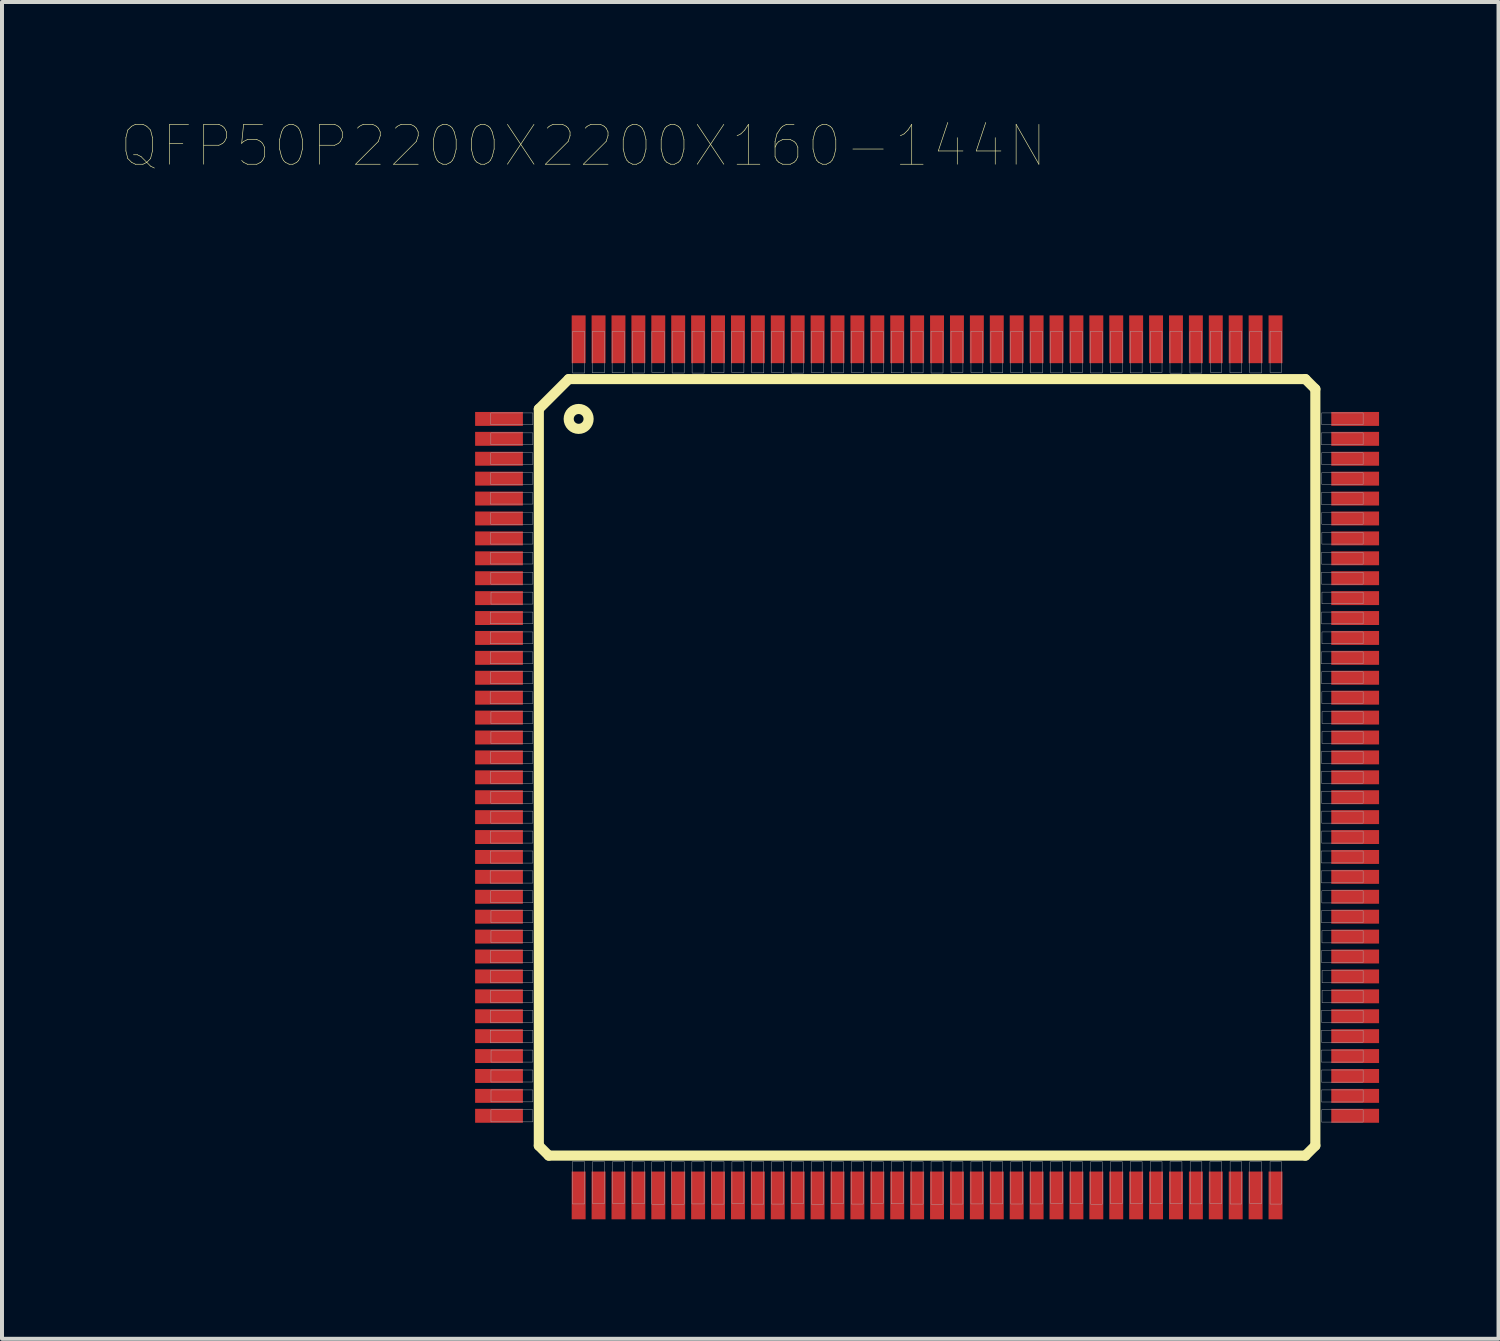
<source format=kicad_pcb>
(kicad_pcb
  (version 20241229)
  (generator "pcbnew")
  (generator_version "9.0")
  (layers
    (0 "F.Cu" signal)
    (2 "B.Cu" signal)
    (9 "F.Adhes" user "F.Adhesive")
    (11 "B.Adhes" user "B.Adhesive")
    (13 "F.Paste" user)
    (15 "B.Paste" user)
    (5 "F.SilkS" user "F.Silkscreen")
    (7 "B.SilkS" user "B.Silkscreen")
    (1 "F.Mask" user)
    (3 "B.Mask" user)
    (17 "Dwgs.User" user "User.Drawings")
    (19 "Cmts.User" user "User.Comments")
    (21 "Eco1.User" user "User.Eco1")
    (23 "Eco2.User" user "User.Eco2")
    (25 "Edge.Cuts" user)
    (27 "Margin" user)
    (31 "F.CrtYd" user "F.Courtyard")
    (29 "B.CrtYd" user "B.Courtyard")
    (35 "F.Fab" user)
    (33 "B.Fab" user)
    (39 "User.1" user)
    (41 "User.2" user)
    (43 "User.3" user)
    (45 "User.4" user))
  (footprint "QFP50P2200X2200X160-144N"
    (layer "F.Cu")
    (at 20.231 16.22)
    (property "Reference" "QFP50P2200X2200X160-144N" (at -8.632 -15.608 0) (layer "F.SilkS") (effects (font (size 1.001 1.001) (thickness 0.015))))
    (attr through_hole)
    (fp_line (start -9.75 -9) (end -9 -9.75) (stroke (width 0.254) (type solid)) (layer "F.SilkS"))
    (fp_line (start -9.75 9.5) (end -9.75 -9) (stroke (width 0.254) (type solid)) (layer "F.SilkS"))
    (fp_line (start -9.5 9.75) (end -9.75 9.5) (stroke (width 0.254) (type solid)) (layer "F.SilkS"))
    (fp_line (start -9 -9.75) (end 9.5 -9.75) (stroke (width 0.254) (type solid)) (layer "F.SilkS"))
    (fp_line (start 9.5 -9.75) (end 9.75 -9.5) (stroke (width 0.254) (type solid)) (layer "F.SilkS"))
    (fp_line (start 9.5 9.75) (end -9.5 9.75) (stroke (width 0.254) (type solid)) (layer "F.SilkS"))
    (fp_line (start 9.75 -9.5) (end 9.75 9.5) (stroke (width 0.254) (type solid)) (layer "F.SilkS"))
    (fp_line (start 9.75 9.5) (end 9.5 9.75) (stroke (width 0.254) (type solid)) (layer "F.SilkS"))
    (fp_circle (center -8.75 -8.75) (end -8.5 -8.75) (stroke (width 0.254) (type solid)) (fill no) (layer "F.SilkS"))
    (fp_poly (pts (xy -10.972 -1.9) (xy -9.9 -1.9) (xy -9.9 -1.603) (xy -10.972 -1.603)) (stroke (width 0.01) (type solid)) (fill no) (layer "F.Fab"))
    (fp_poly (pts (xy -10.972 2.6) (xy -9.9 2.6) (xy -9.9 2.906) (xy -10.972 2.906)) (stroke (width 0.01) (type solid)) (fill no) (layer "F.Fab"))
    (fp_poly (pts (xy -10.971 -6.9) (xy -9.9 -6.9) (xy -9.9 -6.612) (xy -10.971 -6.612)) (stroke (width 0.01) (type solid)) (fill no) (layer "F.Fab"))
    (fp_poly (pts (xy -10.971 6.6) (xy -9.9 6.6) (xy -9.9 6.913) (xy -10.971 6.913)) (stroke (width 0.01) (type solid)) (fill no) (layer "F.Fab"))
    (fp_poly (pts (xy -10.969 -2.9) (xy -9.9 -2.9) (xy -9.9 -2.604) (xy -10.969 -2.604)) (stroke (width 0.01) (type solid)) (fill no) (layer "F.Fab"))
    (fp_poly (pts (xy -10.968 -3.9) (xy -9.9 -3.9) (xy -9.9 -3.606) (xy -10.968 -3.606)) (stroke (width 0.01) (type solid)) (fill no) (layer "F.Fab"))
    (fp_poly (pts (xy -10.968 -3.4) (xy -9.9 -3.4) (xy -9.9 -3.105) (xy -10.968 -3.105)) (stroke (width 0.01) (type solid)) (fill no) (layer "F.Fab"))
    (fp_poly (pts (xy -10.966 2.1) (xy -9.9 2.1) (xy -9.9 2.404) (xy -10.966 2.404)) (stroke (width 0.01) (type solid)) (fill no) (layer "F.Fab"))
    (fp_poly (pts (xy -10.966 4.6) (xy -9.9 4.6) (xy -9.9 4.907) (xy -10.966 4.907)) (stroke (width 0.01) (type solid)) (fill no) (layer "F.Fab"))
    (fp_poly (pts (xy -10.966 6.1) (xy -9.9 6.1) (xy -9.9 6.409) (xy -10.966 6.409)) (stroke (width 0.01) (type solid)) (fill no) (layer "F.Fab"))
    (fp_poly (pts (xy -10.965 1.6) (xy -9.9 1.6) (xy -9.9 1.902) (xy -10.965 1.902)) (stroke (width 0.01) (type solid)) (fill no) (layer "F.Fab"))
    (fp_poly (pts (xy -10.964 0.1) (xy -9.9 0.1) (xy -9.9 0.401) (xy -10.964 0.401)) (stroke (width 0.01) (type solid)) (fill no) (layer "F.Fab"))
    (fp_poly (pts (xy -10.964 5.1) (xy -9.9 5.1) (xy -9.9 5.407) (xy -10.964 5.407)) (stroke (width 0.01) (type solid)) (fill no) (layer "F.Fab"))
    (fp_poly (pts (xy -10.964 -7.4) (xy -9.9 -7.4) (xy -9.9 -7.109) (xy -10.964 -7.109)) (stroke (width 0.01) (type solid)) (fill no) (layer "F.Fab"))
    (fp_poly (pts (xy -10.963 -2.4) (xy -9.9 -2.4) (xy -9.9 -2.103) (xy -10.963 -2.103)) (stroke (width 0.01) (type solid)) (fill no) (layer "F.Fab"))
    (fp_poly (pts (xy -10.963 -5.9) (xy -9.9 -5.9) (xy -9.9 -5.607) (xy -10.963 -5.607)) (stroke (width 0.01) (type solid)) (fill no) (layer "F.Fab"))
    (fp_poly (pts (xy -10.963 5.6) (xy -9.9 5.6) (xy -9.9 5.907) (xy -10.963 5.907)) (stroke (width 0.01) (type solid)) (fill no) (layer "F.Fab"))
    (fp_poly (pts (xy -10.963 -5.4) (xy -9.9 -5.4) (xy -9.9 -5.106) (xy -10.963 -5.106)) (stroke (width 0.01) (type solid)) (fill no) (layer "F.Fab"))
    (fp_poly (pts (xy -10.96 -0.4) (xy -9.9 -0.4) (xy -9.9 -0.1) (xy -10.96 -0.1)) (stroke (width 0.01) (type solid)) (fill no) (layer "F.Fab"))
    (fp_poly (pts (xy -10.96 -7.9) (xy -9.9 -7.9) (xy -9.9 -7.607) (xy -10.96 -7.607)) (stroke (width 0.01) (type solid)) (fill no) (layer "F.Fab"))
    (fp_poly (pts (xy -10.958 -6.4) (xy -9.9 -6.4) (xy -9.9 -6.105) (xy -10.958 -6.105)) (stroke (width 0.01) (type solid)) (fill no) (layer "F.Fab"))
    (fp_poly (pts (xy -10.958 3.1) (xy -9.9 3.1) (xy -9.9 3.402) (xy -10.958 3.402)) (stroke (width 0.01) (type solid)) (fill no) (layer "F.Fab"))
    (fp_poly (pts (xy -10.956 -8.9) (xy -9.9 -8.9) (xy -9.9 -8.605) (xy -10.956 -8.605)) (stroke (width 0.01) (type solid)) (fill no) (layer "F.Fab"))
    (fp_poly (pts (xy -10.955 -8.4) (xy -9.9 -8.4) (xy -9.9 -8.104) (xy -10.955 -8.104)) (stroke (width 0.01) (type solid)) (fill no) (layer "F.Fab"))
    (fp_poly (pts (xy -10.955 0.6) (xy -9.9 0.6) (xy -9.9 0.9) (xy -10.955 0.9)) (stroke (width 0.01) (type solid)) (fill no) (layer "F.Fab"))
    (fp_poly (pts (xy -10.955 1.1) (xy -9.9 1.1) (xy -9.9 1.401) (xy -10.955 1.401)) (stroke (width 0.01) (type solid)) (fill no) (layer "F.Fab"))
    (fp_poly (pts (xy -10.955 -4.9) (xy -9.9 -4.9) (xy -9.9 -4.602) (xy -10.955 -4.602)) (stroke (width 0.01) (type solid)) (fill no) (layer "F.Fab"))
    (fp_poly (pts (xy -10.953 -0.9) (xy -9.9 -0.9) (xy -9.9 -0.6) (xy -10.953 -0.6)) (stroke (width 0.01) (type solid)) (fill no) (layer "F.Fab"))
    (fp_poly (pts (xy -10.953 -1.4) (xy -9.9 -1.4) (xy -9.9 -1.1) (xy -10.953 -1.1)) (stroke (width 0.01) (type solid)) (fill no) (layer "F.Fab"))
    (fp_poly (pts (xy -10.952 3.6) (xy -9.9 3.6) (xy -9.9 3.901) (xy -10.952 3.901)) (stroke (width 0.01) (type solid)) (fill no) (layer "F.Fab"))
    (fp_poly (pts (xy -10.952 8.6) (xy -9.9 8.6) (xy -9.9 8.902) (xy -10.952 8.902)) (stroke (width 0.01) (type solid)) (fill no) (layer "F.Fab"))
    (fp_poly (pts (xy -10.952 7.6) (xy -9.9 7.6) (xy -9.9 7.901) (xy -10.952 7.901)) (stroke (width 0.01) (type solid)) (fill no) (layer "F.Fab"))
    (fp_poly (pts (xy -10.952 4.1) (xy -9.9 4.1) (xy -9.9 4.401) (xy -10.952 4.401)) (stroke (width 0.01) (type solid)) (fill no) (layer "F.Fab"))
    (fp_poly (pts (xy -10.951 8.1) (xy -9.9 8.1) (xy -9.9 8.401) (xy -10.951 8.401)) (stroke (width 0.01) (type solid)) (fill no) (layer "F.Fab"))
    (fp_poly (pts (xy -10.951 -4.4) (xy -9.9 -4.4) (xy -9.9 -4.1) (xy -10.951 -4.1)) (stroke (width 0.01) (type solid)) (fill no) (layer "F.Fab"))
    (fp_poly (pts (xy -10.95 7.1) (xy -9.9 7.1) (xy -9.9 7.4) (xy -10.95 7.4)) (stroke (width 0.01) (type solid)) (fill no) (layer "F.Fab"))
    (fp_poly (pts (xy -8.91 9.9) (xy -8.6 9.9) (xy -8.6 10.963) (xy -8.91 10.963)) (stroke (width 0.01) (type solid)) (fill no) (layer "F.Fab"))
    (fp_poly (pts (xy -8.903 -10.95) (xy -8.6 -10.95) (xy -8.6 -9.904) (xy -8.903 -9.904)) (stroke (width 0.01) (type solid)) (fill no) (layer "F.Fab"))
    (fp_poly (pts (xy -8.409 -10.95) (xy -8.1 -10.95) (xy -8.1 -9.91) (xy -8.409 -9.91)) (stroke (width 0.01) (type solid)) (fill no) (layer "F.Fab"))
    (fp_poly (pts (xy -8.403 9.9) (xy -8.1 9.9) (xy -8.1 10.953) (xy -8.403 10.953)) (stroke (width 0.01) (type solid)) (fill no) (layer "F.Fab"))
    (fp_poly (pts (xy -7.909 -10.95) (xy -7.6 -10.95) (xy -7.6 -9.911) (xy -7.909 -9.911)) (stroke (width 0.01) (type solid)) (fill no) (layer "F.Fab"))
    (fp_poly (pts (xy -7.9 9.9) (xy -7.6 9.9) (xy -7.6 10.95) (xy -7.9 10.95)) (stroke (width 0.01) (type solid)) (fill no) (layer "F.Fab"))
    (fp_poly (pts (xy -7.407 9.9) (xy -7.1 9.9) (xy -7.1 10.96) (xy -7.407 10.96)) (stroke (width 0.01) (type solid)) (fill no) (layer "F.Fab"))
    (fp_poly (pts (xy -7.403 -10.95) (xy -7.1 -10.95) (xy -7.1 -9.904) (xy -7.403 -9.904)) (stroke (width 0.01) (type solid)) (fill no) (layer "F.Fab"))
    (fp_poly (pts (xy -6.913 9.9) (xy -6.6 9.9) (xy -6.6 10.972) (xy -6.913 10.972)) (stroke (width 0.01) (type solid)) (fill no) (layer "F.Fab"))
    (fp_poly (pts (xy -6.911 -10.95) (xy -6.6 -10.95) (xy -6.6 -9.916) (xy -6.911 -9.916)) (stroke (width 0.01) (type solid)) (fill no) (layer "F.Fab"))
    (fp_poly (pts (xy -6.413 9.9) (xy -6.1 9.9) (xy -6.1 10.972) (xy -6.413 10.972)) (stroke (width 0.01) (type solid)) (fill no) (layer "F.Fab"))
    (fp_poly (pts (xy -6.402 -10.95) (xy -6.1 -10.95) (xy -6.1 -9.903) (xy -6.402 -9.903)) (stroke (width 0.01) (type solid)) (fill no) (layer "F.Fab"))
    (fp_poly (pts (xy -5.907 9.9) (xy -5.6 9.9) (xy -5.6 10.963) (xy -5.907 10.963)) (stroke (width 0.01) (type solid)) (fill no) (layer "F.Fab"))
    (fp_poly (pts (xy -5.901 -10.95) (xy -5.6 -10.95) (xy -5.6 -9.902) (xy -5.901 -9.902)) (stroke (width 0.01) (type solid)) (fill no) (layer "F.Fab"))
    (fp_poly (pts (xy -5.409 9.9) (xy -5.1 9.9) (xy -5.1 10.969) (xy -5.409 10.969)) (stroke (width 0.01) (type solid)) (fill no) (layer "F.Fab"))
    (fp_poly (pts (xy -5.406 -10.95) (xy -5.1 -10.95) (xy -5.1 -9.911) (xy -5.406 -9.911)) (stroke (width 0.01) (type solid)) (fill no) (layer "F.Fab"))
    (fp_poly (pts (xy -4.907 -10.95) (xy -4.6 -10.95) (xy -4.6 -9.915) (xy -4.907 -9.915)) (stroke (width 0.01) (type solid)) (fill no) (layer "F.Fab"))
    (fp_poly (pts (xy -4.901 9.9) (xy -4.6 9.9) (xy -4.6 10.952) (xy -4.901 10.952)) (stroke (width 0.01) (type solid)) (fill no) (layer "F.Fab"))
    (fp_poly (pts (xy -4.407 9.9) (xy -4.1 9.9) (xy -4.1 10.968) (xy -4.407 10.968)) (stroke (width 0.01) (type solid)) (fill no) (layer "F.Fab"))
    (fp_poly (pts (xy -4.403 -10.95) (xy -4.1 -10.95) (xy -4.1 -9.906) (xy -4.403 -9.906)) (stroke (width 0.01) (type solid)) (fill no) (layer "F.Fab"))
    (fp_poly (pts (xy -3.906 9.9) (xy -3.6 9.9) (xy -3.6 10.967) (xy -3.906 10.967)) (stroke (width 0.01) (type solid)) (fill no) (layer "F.Fab"))
    (fp_poly (pts (xy -3.905 -10.95) (xy -3.6 -10.95) (xy -3.6 -9.912) (xy -3.905 -9.912)) (stroke (width 0.01) (type solid)) (fill no) (layer "F.Fab"))
    (fp_poly (pts (xy -3.401 9.9) (xy -3.1 9.9) (xy -3.1 10.953) (xy -3.401 10.953)) (stroke (width 0.01) (type solid)) (fill no) (layer "F.Fab"))
    (fp_poly (pts (xy -3.4 -10.95) (xy -3.1 -10.95) (xy -3.1 -9.901) (xy -3.4 -9.901)) (stroke (width 0.01) (type solid)) (fill no) (layer "F.Fab"))
    (fp_poly (pts (xy -2.906 9.9) (xy -2.6 9.9) (xy -2.6 10.972) (xy -2.906 10.972)) (stroke (width 0.01) (type solid)) (fill no) (layer "F.Fab"))
    (fp_poly (pts (xy -2.904 -10.95) (xy -2.6 -10.95) (xy -2.6 -9.912) (xy -2.904 -9.912)) (stroke (width 0.01) (type solid)) (fill no) (layer "F.Fab"))
    (fp_poly (pts (xy -2.402 -10.95) (xy -2.1 -10.95) (xy -2.1 -9.907) (xy -2.402 -9.907)) (stroke (width 0.01) (type solid)) (fill no) (layer "F.Fab"))
    (fp_poly (pts (xy -2.402 9.9) (xy -2.1 9.9) (xy -2.1 10.957) (xy -2.402 10.957)) (stroke (width 0.01) (type solid)) (fill no) (layer "F.Fab"))
    (fp_poly (pts (xy -1.903 -10.95) (xy -1.6 -10.95) (xy -1.6 -9.915) (xy -1.903 -9.915)) (stroke (width 0.01) (type solid)) (fill no) (layer "F.Fab"))
    (fp_poly (pts (xy -1.903 9.9) (xy -1.6 9.9) (xy -1.6 10.966) (xy -1.903 10.966)) (stroke (width 0.01) (type solid)) (fill no) (layer "F.Fab"))
    (fp_poly (pts (xy -1.401 -10.95) (xy -1.1 -10.95) (xy -1.1 -9.907) (xy -1.401 -9.907)) (stroke (width 0.01) (type solid)) (fill no) (layer "F.Fab"))
    (fp_poly (pts (xy -1.4 9.9) (xy -1.1 9.9) (xy -1.1 10.951) (xy -1.4 10.951)) (stroke (width 0.01) (type solid)) (fill no) (layer "F.Fab"))
    (fp_poly (pts (xy -0.901 9.9) (xy -0.6 9.9) (xy -0.6 10.96) (xy -0.901 10.96)) (stroke (width 0.01) (type solid)) (fill no) (layer "F.Fab"))
    (fp_poly (pts (xy -0.901 -10.95) (xy -0.6 -10.95) (xy -0.6 -9.908) (xy -0.901 -9.908)) (stroke (width 0.01) (type solid)) (fill no) (layer "F.Fab"))
    (fp_poly (pts (xy -0.401 9.9) (xy -0.1 9.9) (xy -0.1 10.969) (xy -0.401 10.969)) (stroke (width 0.01) (type solid)) (fill no) (layer "F.Fab"))
    (fp_poly (pts (xy -0.4 -10.95) (xy -0.1 -10.95) (xy -0.1 -9.906) (xy -0.4 -9.906)) (stroke (width 0.01) (type solid)) (fill no) (layer "F.Fab"))
    (fp_poly (pts (xy 0.1 -10.95) (xy 0.4 -10.95) (xy 0.4 -9.903) (xy 0.1 -9.903)) (stroke (width 0.01) (type solid)) (fill no) (layer "F.Fab"))
    (fp_poly (pts (xy 0.1 9.9) (xy 0.4 9.9) (xy 0.4 10.97) (xy 0.1 10.97)) (stroke (width 0.01) (type solid)) (fill no) (layer "F.Fab"))
    (fp_poly (pts (xy 0.601 9.9) (xy 0.9 9.9) (xy 0.9 10.966) (xy 0.601 10.966)) (stroke (width 0.01) (type solid)) (fill no) (layer "F.Fab"))
    (fp_poly (pts (xy 0.601 -10.95) (xy 0.9 -10.95) (xy 0.9 -9.916) (xy 0.601 -9.916)) (stroke (width 0.01) (type solid)) (fill no) (layer "F.Fab"))
    (fp_poly (pts (xy 1.101 9.9) (xy 1.4 9.9) (xy 1.4 10.963) (xy 1.101 10.963)) (stroke (width 0.01) (type solid)) (fill no) (layer "F.Fab"))
    (fp_poly (pts (xy 1.102 -10.95) (xy 1.4 -10.95) (xy 1.4 -9.914) (xy 1.102 -9.914)) (stroke (width 0.01) (type solid)) (fill no) (layer "F.Fab"))
    (fp_poly (pts (xy 1.601 9.9) (xy 1.9 9.9) (xy 1.9 10.961) (xy 1.601 10.961)) (stroke (width 0.01) (type solid)) (fill no) (layer "F.Fab"))
    (fp_poly (pts (xy 1.602 -10.95) (xy 1.9 -10.95) (xy 1.9 -9.91) (xy 1.602 -9.91)) (stroke (width 0.01) (type solid)) (fill no) (layer "F.Fab"))
    (fp_poly (pts (xy 2.102 -10.95) (xy 2.4 -10.95) (xy 2.4 -9.908) (xy 2.102 -9.908)) (stroke (width 0.01) (type solid)) (fill no) (layer "F.Fab"))
    (fp_poly (pts (xy 2.103 9.9) (xy 2.4 9.9) (xy 2.4 10.965) (xy 2.103 10.965)) (stroke (width 0.01) (type solid)) (fill no) (layer "F.Fab"))
    (fp_poly (pts (xy 2.601 -10.95) (xy 2.9 -10.95) (xy 2.9 -9.906) (xy 2.601 -9.906)) (stroke (width 0.01) (type solid)) (fill no) (layer "F.Fab"))
    (fp_poly (pts (xy 2.603 9.9) (xy 2.9 9.9) (xy 2.9 10.963) (xy 2.603 10.963)) (stroke (width 0.01) (type solid)) (fill no) (layer "F.Fab"))
    (fp_poly (pts (xy 3.101 9.9) (xy 3.4 9.9) (xy 3.4 10.952) (xy 3.101 10.952)) (stroke (width 0.01) (type solid)) (fill no) (layer "F.Fab"))
    (fp_poly (pts (xy 3.102 -10.95) (xy 3.4 -10.95) (xy 3.4 -9.907) (xy 3.102 -9.907)) (stroke (width 0.01) (type solid)) (fill no) (layer "F.Fab"))
    (fp_poly (pts (xy 3.603 9.9) (xy 3.9 9.9) (xy 3.9 10.958) (xy 3.603 10.958)) (stroke (width 0.01) (type solid)) (fill no) (layer "F.Fab"))
    (fp_poly (pts (xy 3.604 -10.95) (xy 3.9 -10.95) (xy 3.9 -9.911) (xy 3.604 -9.911)) (stroke (width 0.01) (type solid)) (fill no) (layer "F.Fab"))
    (fp_poly (pts (xy 4.102 -10.95) (xy 4.4 -10.95) (xy 4.4 -9.905) (xy 4.102 -9.905)) (stroke (width 0.01) (type solid)) (fill no) (layer "F.Fab"))
    (fp_poly (pts (xy 4.108 9.9) (xy 4.4 9.9) (xy 4.4 10.971) (xy 4.108 10.971)) (stroke (width 0.01) (type solid)) (fill no) (layer "F.Fab"))
    (fp_poly (pts (xy 4.604 9.9) (xy 4.9 9.9) (xy 4.9 10.959) (xy 4.604 10.959)) (stroke (width 0.01) (type solid)) (fill no) (layer "F.Fab"))
    (fp_poly (pts (xy 4.605 -10.95) (xy 4.9 -10.95) (xy 4.9 -9.912) (xy 4.605 -9.912)) (stroke (width 0.01) (type solid)) (fill no) (layer "F.Fab"))
    (fp_poly (pts (xy 5.102 9.9) (xy 5.4 9.9) (xy 5.4 10.954) (xy 5.102 10.954)) (stroke (width 0.01) (type solid)) (fill no) (layer "F.Fab"))
    (fp_poly (pts (xy 5.103 -10.95) (xy 5.4 -10.95) (xy 5.4 -9.906) (xy 5.103 -9.906)) (stroke (width 0.01) (type solid)) (fill no) (layer "F.Fab"))
    (fp_poly (pts (xy 5.603 9.9) (xy 5.9 9.9) (xy 5.9 10.955) (xy 5.603 10.955)) (stroke (width 0.01) (type solid)) (fill no) (layer "F.Fab"))
    (fp_poly (pts (xy 5.609 -10.95) (xy 5.9 -10.95) (xy 5.9 -9.916) (xy 5.609 -9.916)) (stroke (width 0.01) (type solid)) (fill no) (layer "F.Fab"))
    (fp_poly (pts (xy 6.1 -10.95) (xy 6.4 -10.95) (xy 6.4 -9.9) (xy 6.1 -9.9)) (stroke (width 0.01) (type solid)) (fill no) (layer "F.Fab"))
    (fp_poly (pts (xy 6.102 9.9) (xy 6.4 9.9) (xy 6.4 10.954) (xy 6.102 10.954)) (stroke (width 0.01) (type solid)) (fill no) (layer "F.Fab"))
    (fp_poly (pts (xy 6.601 -10.95) (xy 6.9 -10.95) (xy 6.9 -9.901) (xy 6.601 -9.901)) (stroke (width 0.01) (type solid)) (fill no) (layer "F.Fab"))
    (fp_poly (pts (xy 6.607 9.9) (xy 6.9 9.9) (xy 6.9 10.961) (xy 6.607 10.961)) (stroke (width 0.01) (type solid)) (fill no) (layer "F.Fab"))
    (fp_poly (pts (xy 7.103 9.9) (xy 7.4 9.9) (xy 7.4 10.954) (xy 7.103 10.954)) (stroke (width 0.01) (type solid)) (fill no) (layer "F.Fab"))
    (fp_poly (pts (xy 7.114 -10.95) (xy 7.4 -10.95) (xy 7.4 -9.919) (xy 7.114 -9.919)) (stroke (width 0.01) (type solid)) (fill no) (layer "F.Fab"))
    (fp_poly (pts (xy 7.606 -10.95) (xy 7.9 -10.95) (xy 7.9 -9.908) (xy 7.606 -9.908)) (stroke (width 0.01) (type solid)) (fill no) (layer "F.Fab"))
    (fp_poly (pts (xy 7.61 9.9) (xy 7.9 9.9) (xy 7.9 10.965) (xy 7.61 10.965)) (stroke (width 0.01) (type solid)) (fill no) (layer "F.Fab"))
    (fp_poly (pts (xy 8.104 -10.95) (xy 8.4 -10.95) (xy 8.4 -9.905) (xy 8.104 -9.905)) (stroke (width 0.01) (type solid)) (fill no) (layer "F.Fab"))
    (fp_poly (pts (xy 8.104 9.9) (xy 8.4 9.9) (xy 8.4 10.956) (xy 8.104 10.956)) (stroke (width 0.01) (type solid)) (fill no) (layer "F.Fab"))
    (fp_poly (pts (xy 8.613 9.9) (xy 8.9 9.9) (xy 8.9 10.966) (xy 8.613 10.966)) (stroke (width 0.01) (type solid)) (fill no) (layer "F.Fab"))
    (fp_poly (pts (xy 8.613 -10.95) (xy 8.9 -10.95) (xy 8.9 -9.915) (xy 8.613 -9.915)) (stroke (width 0.01) (type solid)) (fill no) (layer "F.Fab"))
    (fp_poly (pts (xy 9.9 2.1) (xy 10.95 2.1) (xy 10.95 2.4) (xy 9.9 2.4)) (stroke (width 0.01) (type solid)) (fill no) (layer "F.Fab"))
    (fp_poly (pts (xy 9.901 7.1) (xy 10.95 7.1) (xy 10.95 7.401) (xy 9.901 7.401)) (stroke (width 0.01) (type solid)) (fill no) (layer "F.Fab"))
    (fp_poly (pts (xy 9.902 -6.9) (xy 10.95 -6.9) (xy 10.95 -6.601) (xy 9.902 -6.601)) (stroke (width 0.01) (type solid)) (fill no) (layer "F.Fab"))
    (fp_poly (pts (xy 9.902 2.6) (xy 10.95 2.6) (xy 10.95 2.901) (xy 9.902 2.901)) (stroke (width 0.01) (type solid)) (fill no) (layer "F.Fab"))
    (fp_poly (pts (xy 9.902 -2.9) (xy 10.95 -2.9) (xy 10.95 -2.601) (xy 9.902 -2.601)) (stroke (width 0.01) (type solid)) (fill no) (layer "F.Fab"))
    (fp_poly (pts (xy 9.902 -8.4) (xy 10.95 -8.4) (xy 10.95 -8.102) (xy 9.902 -8.102)) (stroke (width 0.01) (type solid)) (fill no) (layer "F.Fab"))
    (fp_poly (pts (xy 9.904 8.1) (xy 10.95 8.1) (xy 10.95 8.403) (xy 9.904 8.403)) (stroke (width 0.01) (type solid)) (fill no) (layer "F.Fab"))
    (fp_poly (pts (xy 9.904 3.6) (xy 10.95 3.6) (xy 10.95 3.901) (xy 9.904 3.901)) (stroke (width 0.01) (type solid)) (fill no) (layer "F.Fab"))
    (fp_poly (pts (xy 9.904 -4.9) (xy 10.95 -4.9) (xy 10.95 -4.602) (xy 9.904 -4.602)) (stroke (width 0.01) (type solid)) (fill no) (layer "F.Fab"))
    (fp_poly (pts (xy 9.905 0.6) (xy 10.95 0.6) (xy 10.95 0.9) (xy 9.905 0.9)) (stroke (width 0.01) (type solid)) (fill no) (layer "F.Fab"))
    (fp_poly (pts (xy 9.905 0.1) (xy 10.95 0.1) (xy 10.95 0.4) (xy 9.905 0.4)) (stroke (width 0.01) (type solid)) (fill no) (layer "F.Fab"))
    (fp_poly (pts (xy 9.905 -0.4) (xy 10.95 -0.4) (xy 10.95 -0.1) (xy 9.905 -0.1)) (stroke (width 0.01) (type solid)) (fill no) (layer "F.Fab"))
    (fp_poly (pts (xy 9.905 7.6) (xy 10.95 7.6) (xy 10.95 7.904) (xy 9.905 7.904)) (stroke (width 0.01) (type solid)) (fill no) (layer "F.Fab"))
    (fp_poly (pts (xy 9.906 6.6) (xy 10.95 6.6) (xy 10.95 6.904) (xy 9.906 6.904)) (stroke (width 0.01) (type solid)) (fill no) (layer "F.Fab"))
    (fp_poly (pts (xy 9.906 -5.4) (xy 10.95 -5.4) (xy 10.95 -5.103) (xy 9.906 -5.103)) (stroke (width 0.01) (type solid)) (fill no) (layer "F.Fab"))
    (fp_poly (pts (xy 9.907 -7.9) (xy 10.95 -7.9) (xy 10.95 -7.605) (xy 9.907 -7.605)) (stroke (width 0.01) (type solid)) (fill no) (layer "F.Fab"))
    (fp_poly (pts (xy 9.907 6.1) (xy 10.95 6.1) (xy 10.95 6.404) (xy 9.907 6.404)) (stroke (width 0.01) (type solid)) (fill no) (layer "F.Fab"))
    (fp_poly (pts (xy 9.907 -2.4) (xy 10.95 -2.4) (xy 10.95 -2.102) (xy 9.907 -2.102)) (stroke (width 0.01) (type solid)) (fill no) (layer "F.Fab"))
    (fp_poly (pts (xy 9.907 -3.9) (xy 10.95 -3.9) (xy 10.95 -3.603) (xy 9.907 -3.603)) (stroke (width 0.01) (type solid)) (fill no) (layer "F.Fab"))
    (fp_poly (pts (xy 9.907 8.6) (xy 10.95 8.6) (xy 10.95 8.907) (xy 9.907 8.907)) (stroke (width 0.01) (type solid)) (fill no) (layer "F.Fab"))
    (fp_poly (pts (xy 9.908 -8.9) (xy 10.95 -8.9) (xy 10.95 -8.607) (xy 9.908 -8.607)) (stroke (width 0.01) (type solid)) (fill no) (layer "F.Fab"))
    (fp_poly (pts (xy 9.908 4.6) (xy 10.95 4.6) (xy 10.95 4.904) (xy 9.908 4.904)) (stroke (width 0.01) (type solid)) (fill no) (layer "F.Fab"))
    (fp_poly (pts (xy 9.91 1.1) (xy 10.95 1.1) (xy 10.95 1.401) (xy 9.91 1.401)) (stroke (width 0.01) (type solid)) (fill no) (layer "F.Fab"))
    (fp_poly (pts (xy 9.91 -7.4) (xy 10.95 -7.4) (xy 10.95 -7.107) (xy 9.91 -7.107)) (stroke (width 0.01) (type solid)) (fill no) (layer "F.Fab"))
    (fp_poly (pts (xy 9.91 -6.4) (xy 10.95 -6.4) (xy 10.95 -6.106) (xy 9.91 -6.106)) (stroke (width 0.01) (type solid)) (fill no) (layer "F.Fab"))
    (fp_poly (pts (xy 9.91 1.6) (xy 10.95 1.6) (xy 10.95 1.902) (xy 9.91 1.902)) (stroke (width 0.01) (type solid)) (fill no) (layer "F.Fab"))
    (fp_poly (pts (xy 9.913 3.1) (xy 10.95 3.1) (xy 10.95 3.405) (xy 9.913 3.405)) (stroke (width 0.01) (type solid)) (fill no) (layer "F.Fab"))
    (fp_poly (pts (xy 9.914 -5.9) (xy 10.95 -5.9) (xy 10.95 -5.608) (xy 9.914 -5.608)) (stroke (width 0.01) (type solid)) (fill no) (layer "F.Fab"))
    (fp_poly (pts (xy 9.914 -1.9) (xy 10.95 -1.9) (xy 10.95 -1.602) (xy 9.914 -1.602)) (stroke (width 0.01) (type solid)) (fill no) (layer "F.Fab"))
    (fp_poly (pts (xy 9.916 -3.4) (xy 10.95 -3.4) (xy 10.95 -3.105) (xy 9.916 -3.105)) (stroke (width 0.01) (type solid)) (fill no) (layer "F.Fab"))
    (fp_poly (pts (xy 9.916 4.1) (xy 10.95 4.1) (xy 10.95 4.407) (xy 9.916 4.407)) (stroke (width 0.01) (type solid)) (fill no) (layer "F.Fab"))
    (fp_poly (pts (xy 9.916 -4.4) (xy 10.95 -4.4) (xy 10.95 -4.107) (xy 9.916 -4.107)) (stroke (width 0.01) (type solid)) (fill no) (layer "F.Fab"))
    (fp_poly (pts (xy 9.917 -0.9) (xy 10.95 -0.9) (xy 10.95 -0.601) (xy 9.917 -0.601)) (stroke (width 0.01) (type solid)) (fill no) (layer "F.Fab"))
    (fp_poly (pts (xy 9.918 -1.4) (xy 10.95 -1.4) (xy 10.95 -1.102) (xy 9.918 -1.102)) (stroke (width 0.01) (type solid)) (fill no) (layer "F.Fab"))
    (fp_poly (pts (xy 9.919 5.6) (xy 10.95 5.6) (xy 10.95 5.911) (xy 9.919 5.911)) (stroke (width 0.01) (type solid)) (fill no) (layer "F.Fab"))
    (fp_poly (pts (xy 9.919 5.1) (xy 10.95 5.1) (xy 10.95 5.411) (xy 9.919 5.411)) (stroke (width 0.01) (type solid)) (fill no) (layer "F.Fab"))
    (pad "1" smd rect (at -10.75 -8.75) (size 1.2 0.35) (layers "F.Cu" "F.Mask" "F.Paste"))
    (pad "2" smd rect (at -10.75 -8.25) (size 1.2 0.35) (layers "F.Cu" "F.Mask" "F.Paste"))
    (pad "3" smd rect (at -10.75 -7.75) (size 1.2 0.35) (layers "F.Cu" "F.Mask" "F.Paste"))
    (pad "4" smd rect (at -10.75 -7.25) (size 1.2 0.35) (layers "F.Cu" "F.Mask" "F.Paste"))
    (pad "5" smd rect (at -10.75 -6.75) (size 1.2 0.35) (layers "F.Cu" "F.Mask" "F.Paste"))
    (pad "6" smd rect (at -10.75 -6.25) (size 1.2 0.35) (layers "F.Cu" "F.Mask" "F.Paste"))
    (pad "7" smd rect (at -10.75 -5.75) (size 1.2 0.35) (layers "F.Cu" "F.Mask" "F.Paste"))
    (pad "8" smd rect (at -10.75 -5.25) (size 1.2 0.35) (layers "F.Cu" "F.Mask" "F.Paste"))
    (pad "9" smd rect (at -10.75 -4.75) (size 1.2 0.35) (layers "F.Cu" "F.Mask" "F.Paste"))
    (pad "10" smd rect (at -10.75 -4.25) (size 1.2 0.35) (layers "F.Cu" "F.Mask" "F.Paste"))
    (pad "11" smd rect (at -10.75 -3.75) (size 1.2 0.35) (layers "F.Cu" "F.Mask" "F.Paste"))
    (pad "12" smd rect (at -10.75 -3.25) (size 1.2 0.35) (layers "F.Cu" "F.Mask" "F.Paste"))
    (pad "13" smd rect (at -10.75 -2.75) (size 1.2 0.35) (layers "F.Cu" "F.Mask" "F.Paste"))
    (pad "14" smd rect (at -10.75 -2.25) (size 1.2 0.35) (layers "F.Cu" "F.Mask" "F.Paste"))
    (pad "15" smd rect (at -10.75 -1.75) (size 1.2 0.35) (layers "F.Cu" "F.Mask" "F.Paste"))
    (pad "16" smd rect (at -10.75 -1.25) (size 1.2 0.35) (layers "F.Cu" "F.Mask" "F.Paste"))
    (pad "17" smd rect (at -10.75 -0.75) (size 1.2 0.35) (layers "F.Cu" "F.Mask" "F.Paste"))
    (pad "18" smd rect (at -10.75 -0.25) (size 1.2 0.35) (layers "F.Cu" "F.Mask" "F.Paste"))
    (pad "19" smd rect (at -10.75 0.25) (size 1.2 0.35) (layers "F.Cu" "F.Mask" "F.Paste"))
    (pad "20" smd rect (at -10.75 0.75) (size 1.2 0.35) (layers "F.Cu" "F.Mask" "F.Paste"))
    (pad "21" smd rect (at -10.75 1.25) (size 1.2 0.35) (layers "F.Cu" "F.Mask" "F.Paste"))
    (pad "22" smd rect (at -10.75 1.75) (size 1.2 0.35) (layers "F.Cu" "F.Mask" "F.Paste"))
    (pad "23" smd rect (at -10.75 2.25) (size 1.2 0.35) (layers "F.Cu" "F.Mask" "F.Paste"))
    (pad "24" smd rect (at -10.75 2.75) (size 1.2 0.35) (layers "F.Cu" "F.Mask" "F.Paste"))
    (pad "25" smd rect (at -10.75 3.25) (size 1.2 0.35) (layers "F.Cu" "F.Mask" "F.Paste"))
    (pad "26" smd rect (at -10.75 3.75) (size 1.2 0.35) (layers "F.Cu" "F.Mask" "F.Paste"))
    (pad "27" smd rect (at -10.75 4.25) (size 1.2 0.35) (layers "F.Cu" "F.Mask" "F.Paste"))
    (pad "28" smd rect (at -10.75 4.75) (size 1.2 0.35) (layers "F.Cu" "F.Mask" "F.Paste"))
    (pad "29" smd rect (at -10.75 5.25) (size 1.2 0.35) (layers "F.Cu" "F.Mask" "F.Paste"))
    (pad "30" smd rect (at -10.75 5.75) (size 1.2 0.35) (layers "F.Cu" "F.Mask" "F.Paste"))
    (pad "31" smd rect (at -10.75 6.25) (size 1.2 0.35) (layers "F.Cu" "F.Mask" "F.Paste"))
    (pad "32" smd rect (at -10.75 6.75) (size 1.2 0.35) (layers "F.Cu" "F.Mask" "F.Paste"))
    (pad "33" smd rect (at -10.75 7.25) (size 1.2 0.35) (layers "F.Cu" "F.Mask" "F.Paste"))
    (pad "34" smd rect (at -10.75 7.75) (size 1.2 0.35) (layers "F.Cu" "F.Mask" "F.Paste"))
    (pad "35" smd rect (at -10.75 8.25) (size 1.2 0.35) (layers "F.Cu" "F.Mask" "F.Paste"))
    (pad "36" smd rect (at -10.75 8.75) (size 1.2 0.35) (layers "F.Cu" "F.Mask" "F.Paste"))
    (pad "37" smd rect (at -8.75 10.75) (size 0.35 1.2) (layers "F.Cu" "F.Mask" "F.Paste"))
    (pad "38" smd rect (at -8.25 10.75) (size 0.35 1.2) (layers "F.Cu" "F.Mask" "F.Paste"))
    (pad "39" smd rect (at -7.75 10.75) (size 0.35 1.2) (layers "F.Cu" "F.Mask" "F.Paste"))
    (pad "40" smd rect (at -7.25 10.75) (size 0.35 1.2) (layers "F.Cu" "F.Mask" "F.Paste"))
    (pad "41" smd rect (at -6.75 10.75) (size 0.35 1.2) (layers "F.Cu" "F.Mask" "F.Paste"))
    (pad "42" smd rect (at -6.25 10.75) (size 0.35 1.2) (layers "F.Cu" "F.Mask" "F.Paste"))
    (pad "43" smd rect (at -5.75 10.75) (size 0.35 1.2) (layers "F.Cu" "F.Mask" "F.Paste"))
    (pad "44" smd rect (at -5.25 10.75) (size 0.35 1.2) (layers "F.Cu" "F.Mask" "F.Paste"))
    (pad "45" smd rect (at -4.75 10.75) (size 0.35 1.2) (layers "F.Cu" "F.Mask" "F.Paste"))
    (pad "46" smd rect (at -4.25 10.75) (size 0.35 1.2) (layers "F.Cu" "F.Mask" "F.Paste"))
    (pad "47" smd rect (at -3.75 10.75) (size 0.35 1.2) (layers "F.Cu" "F.Mask" "F.Paste"))
    (pad "48" smd rect (at -3.25 10.75) (size 0.35 1.2) (layers "F.Cu" "F.Mask" "F.Paste"))
    (pad "49" smd rect (at -2.75 10.75) (size 0.35 1.2) (layers "F.Cu" "F.Mask" "F.Paste"))
    (pad "50" smd rect (at -2.25 10.75) (size 0.35 1.2) (layers "F.Cu" "F.Mask" "F.Paste"))
    (pad "51" smd rect (at -1.75 10.75) (size 0.35 1.2) (layers "F.Cu" "F.Mask" "F.Paste"))
    (pad "52" smd rect (at -1.25 10.75) (size 0.35 1.2) (layers "F.Cu" "F.Mask" "F.Paste"))
    (pad "53" smd rect (at -0.75 10.75) (size 0.35 1.2) (layers "F.Cu" "F.Mask" "F.Paste"))
    (pad "54" smd rect (at -0.25 10.75) (size 0.35 1.2) (layers "F.Cu" "F.Mask" "F.Paste"))
    (pad "55" smd rect (at 0.25 10.75) (size 0.35 1.2) (layers "F.Cu" "F.Mask" "F.Paste"))
    (pad "56" smd rect (at 0.75 10.75) (size 0.35 1.2) (layers "F.Cu" "F.Mask" "F.Paste"))
    (pad "57" smd rect (at 1.25 10.75) (size 0.35 1.2) (layers "F.Cu" "F.Mask" "F.Paste"))
    (pad "58" smd rect (at 1.75 10.75) (size 0.35 1.2) (layers "F.Cu" "F.Mask" "F.Paste"))
    (pad "59" smd rect (at 2.25 10.75) (size 0.35 1.2) (layers "F.Cu" "F.Mask" "F.Paste"))
    (pad "60" smd rect (at 2.75 10.75) (size 0.35 1.2) (layers "F.Cu" "F.Mask" "F.Paste"))
    (pad "61" smd rect (at 3.25 10.75) (size 0.35 1.2) (layers "F.Cu" "F.Mask" "F.Paste"))
    (pad "62" smd rect (at 3.75 10.75) (size 0.35 1.2) (layers "F.Cu" "F.Mask" "F.Paste"))
    (pad "63" smd rect (at 4.25 10.75) (size 0.35 1.2) (layers "F.Cu" "F.Mask" "F.Paste"))
    (pad "64" smd rect (at 4.75 10.75) (size 0.35 1.2) (layers "F.Cu" "F.Mask" "F.Paste"))
    (pad "65" smd rect (at 5.25 10.75) (size 0.35 1.2) (layers "F.Cu" "F.Mask" "F.Paste"))
    (pad "66" smd rect (at 5.75 10.75) (size 0.35 1.2) (layers "F.Cu" "F.Mask" "F.Paste"))
    (pad "67" smd rect (at 6.25 10.75) (size 0.35 1.2) (layers "F.Cu" "F.Mask" "F.Paste"))
    (pad "68" smd rect (at 6.75 10.75) (size 0.35 1.2) (layers "F.Cu" "F.Mask" "F.Paste"))
    (pad "69" smd rect (at 7.25 10.75) (size 0.35 1.2) (layers "F.Cu" "F.Mask" "F.Paste"))
    (pad "70" smd rect (at 7.75 10.75) (size 0.35 1.2) (layers "F.Cu" "F.Mask" "F.Paste"))
    (pad "71" smd rect (at 8.25 10.75) (size 0.35 1.2) (layers "F.Cu" "F.Mask" "F.Paste"))
    (pad "72" smd rect (at 8.75 10.75) (size 0.35 1.2) (layers "F.Cu" "F.Mask" "F.Paste"))
    (pad "73" smd rect (at 10.75 8.75) (size 1.2 0.35) (layers "F.Cu" "F.Mask" "F.Paste"))
    (pad "74" smd rect (at 10.75 8.25) (size 1.2 0.35) (layers "F.Cu" "F.Mask" "F.Paste"))
    (pad "75" smd rect (at 10.75 7.75) (size 1.2 0.35) (layers "F.Cu" "F.Mask" "F.Paste"))
    (pad "76" smd rect (at 10.75 7.25) (size 1.2 0.35) (layers "F.Cu" "F.Mask" "F.Paste"))
    (pad "77" smd rect (at 10.75 6.75) (size 1.2 0.35) (layers "F.Cu" "F.Mask" "F.Paste"))
    (pad "78" smd rect (at 10.75 6.25) (size 1.2 0.35) (layers "F.Cu" "F.Mask" "F.Paste"))
    (pad "79" smd rect (at 10.75 5.75) (size 1.2 0.35) (layers "F.Cu" "F.Mask" "F.Paste"))
    (pad "80" smd rect (at 10.75 5.25) (size 1.2 0.35) (layers "F.Cu" "F.Mask" "F.Paste"))
    (pad "81" smd rect (at 10.75 4.75) (size 1.2 0.35) (layers "F.Cu" "F.Mask" "F.Paste"))
    (pad "82" smd rect (at 10.75 4.25) (size 1.2 0.35) (layers "F.Cu" "F.Mask" "F.Paste"))
    (pad "83" smd rect (at 10.75 3.75) (size 1.2 0.35) (layers "F.Cu" "F.Mask" "F.Paste"))
    (pad "84" smd rect (at 10.75 3.25) (size 1.2 0.35) (layers "F.Cu" "F.Mask" "F.Paste"))
    (pad "85" smd rect (at 10.75 2.75) (size 1.2 0.35) (layers "F.Cu" "F.Mask" "F.Paste"))
    (pad "86" smd rect (at 10.75 2.25) (size 1.2 0.35) (layers "F.Cu" "F.Mask" "F.Paste"))
    (pad "87" smd rect (at 10.75 1.75) (size 1.2 0.35) (layers "F.Cu" "F.Mask" "F.Paste"))
    (pad "88" smd rect (at 10.75 1.25) (size 1.2 0.35) (layers "F.Cu" "F.Mask" "F.Paste"))
    (pad "89" smd rect (at 10.75 0.75) (size 1.2 0.35) (layers "F.Cu" "F.Mask" "F.Paste"))
    (pad "90" smd rect (at 10.75 0.25) (size 1.2 0.35) (layers "F.Cu" "F.Mask" "F.Paste"))
    (pad "91" smd rect (at 10.75 -0.25) (size 1.2 0.35) (layers "F.Cu" "F.Mask" "F.Paste"))
    (pad "92" smd rect (at 10.75 -0.75) (size 1.2 0.35) (layers "F.Cu" "F.Mask" "F.Paste"))
    (pad "93" smd rect (at 10.75 -1.25) (size 1.2 0.35) (layers "F.Cu" "F.Mask" "F.Paste"))
    (pad "94" smd rect (at 10.75 -1.75) (size 1.2 0.35) (layers "F.Cu" "F.Mask" "F.Paste"))
    (pad "95" smd rect (at 10.75 -2.25) (size 1.2 0.35) (layers "F.Cu" "F.Mask" "F.Paste"))
    (pad "96" smd rect (at 10.75 -2.75) (size 1.2 0.35) (layers "F.Cu" "F.Mask" "F.Paste"))
    (pad "97" smd rect (at 10.75 -3.25) (size 1.2 0.35) (layers "F.Cu" "F.Mask" "F.Paste"))
    (pad "98" smd rect (at 10.75 -3.75) (size 1.2 0.35) (layers "F.Cu" "F.Mask" "F.Paste"))
    (pad "99" smd rect (at 10.75 -4.25) (size 1.2 0.35) (layers "F.Cu" "F.Mask" "F.Paste"))
    (pad "100" smd rect (at 10.75 -4.75) (size 1.2 0.35) (layers "F.Cu" "F.Mask" "F.Paste"))
    (pad "101" smd rect (at 10.75 -5.25) (size 1.2 0.35) (layers "F.Cu" "F.Mask" "F.Paste"))
    (pad "102" smd rect (at 10.75 -5.75) (size 1.2 0.35) (layers "F.Cu" "F.Mask" "F.Paste"))
    (pad "103" smd rect (at 10.75 -6.25) (size 1.2 0.35) (layers "F.Cu" "F.Mask" "F.Paste"))
    (pad "104" smd rect (at 10.75 -6.75) (size 1.2 0.35) (layers "F.Cu" "F.Mask" "F.Paste"))
    (pad "105" smd rect (at 10.75 -7.25) (size 1.2 0.35) (layers "F.Cu" "F.Mask" "F.Paste"))
    (pad "106" smd rect (at 10.75 -7.75) (size 1.2 0.35) (layers "F.Cu" "F.Mask" "F.Paste"))
    (pad "107" smd rect (at 10.75 -8.25) (size 1.2 0.35) (layers "F.Cu" "F.Mask" "F.Paste"))
    (pad "108" smd rect (at 10.75 -8.75) (size 1.2 0.35) (layers "F.Cu" "F.Mask" "F.Paste"))
    (pad "109" smd rect (at 8.75 -10.75) (size 0.35 1.2) (layers "F.Cu" "F.Mask" "F.Paste"))
    (pad "110" smd rect (at 8.25 -10.75) (size 0.35 1.2) (layers "F.Cu" "F.Mask" "F.Paste"))
    (pad "111" smd rect (at 7.75 -10.75) (size 0.35 1.2) (layers "F.Cu" "F.Mask" "F.Paste"))
    (pad "112" smd rect (at 7.25 -10.75) (size 0.35 1.2) (layers "F.Cu" "F.Mask" "F.Paste"))
    (pad "113" smd rect (at 6.75 -10.75) (size 0.35 1.2) (layers "F.Cu" "F.Mask" "F.Paste"))
    (pad "114" smd rect (at 6.25 -10.75) (size 0.35 1.2) (layers "F.Cu" "F.Mask" "F.Paste"))
    (pad "115" smd rect (at 5.75 -10.75) (size 0.35 1.2) (layers "F.Cu" "F.Mask" "F.Paste"))
    (pad "116" smd rect (at 5.25 -10.75) (size 0.35 1.2) (layers "F.Cu" "F.Mask" "F.Paste"))
    (pad "117" smd rect (at 4.75 -10.75) (size 0.35 1.2) (layers "F.Cu" "F.Mask" "F.Paste"))
    (pad "118" smd rect (at 4.25 -10.75) (size 0.35 1.2) (layers "F.Cu" "F.Mask" "F.Paste"))
    (pad "119" smd rect (at 3.75 -10.75) (size 0.35 1.2) (layers "F.Cu" "F.Mask" "F.Paste"))
    (pad "120" smd rect (at 3.25 -10.75) (size 0.35 1.2) (layers "F.Cu" "F.Mask" "F.Paste"))
    (pad "121" smd rect (at 2.75 -10.75) (size 0.35 1.2) (layers "F.Cu" "F.Mask" "F.Paste"))
    (pad "122" smd rect (at 2.25 -10.75) (size 0.35 1.2) (layers "F.Cu" "F.Mask" "F.Paste"))
    (pad "123" smd rect (at 1.75 -10.75) (size 0.35 1.2) (layers "F.Cu" "F.Mask" "F.Paste"))
    (pad "124" smd rect (at 1.25 -10.75) (size 0.35 1.2) (layers "F.Cu" "F.Mask" "F.Paste"))
    (pad "125" smd rect (at 0.75 -10.75) (size 0.35 1.2) (layers "F.Cu" "F.Mask" "F.Paste"))
    (pad "126" smd rect (at 0.25 -10.75) (size 0.35 1.2) (layers "F.Cu" "F.Mask" "F.Paste"))
    (pad "127" smd rect (at -0.25 -10.75) (size 0.35 1.2) (layers "F.Cu" "F.Mask" "F.Paste"))
    (pad "128" smd rect (at -0.75 -10.75) (size 0.35 1.2) (layers "F.Cu" "F.Mask" "F.Paste"))
    (pad "129" smd rect (at -1.25 -10.75) (size 0.35 1.2) (layers "F.Cu" "F.Mask" "F.Paste"))
    (pad "130" smd rect (at -1.75 -10.75) (size 0.35 1.2) (layers "F.Cu" "F.Mask" "F.Paste"))
    (pad "131" smd rect (at -2.25 -10.75) (size 0.35 1.2) (layers "F.Cu" "F.Mask" "F.Paste"))
    (pad "132" smd rect (at -2.75 -10.75) (size 0.35 1.2) (layers "F.Cu" "F.Mask" "F.Paste"))
    (pad "133" smd rect (at -3.25 -10.75) (size 0.35 1.2) (layers "F.Cu" "F.Mask" "F.Paste"))
    (pad "134" smd rect (at -3.75 -10.75) (size 0.35 1.2) (layers "F.Cu" "F.Mask" "F.Paste"))
    (pad "135" smd rect (at -4.25 -10.75) (size 0.35 1.2) (layers "F.Cu" "F.Mask" "F.Paste"))
    (pad "136" smd rect (at -4.75 -10.75) (size 0.35 1.2) (layers "F.Cu" "F.Mask" "F.Paste"))
    (pad "137" smd rect (at -5.25 -10.75) (size 0.35 1.2) (layers "F.Cu" "F.Mask" "F.Paste"))
    (pad "138" smd rect (at -5.75 -10.75) (size 0.35 1.2) (layers "F.Cu" "F.Mask" "F.Paste"))
    (pad "139" smd rect (at -6.25 -10.75) (size 0.35 1.2) (layers "F.Cu" "F.Mask" "F.Paste"))
    (pad "140" smd rect (at -6.75 -10.75) (size 0.35 1.2) (layers "F.Cu" "F.Mask" "F.Paste"))
    (pad "141" smd rect (at -7.25 -10.75) (size 0.35 1.2) (layers "F.Cu" "F.Mask" "F.Paste"))
    (pad "142" smd rect (at -7.75 -10.75) (size 0.35 1.2) (layers "F.Cu" "F.Mask" "F.Paste"))
    (pad "143" smd rect (at -8.25 -10.75) (size 0.35 1.2) (layers "F.Cu" "F.Mask" "F.Paste"))
    (pad "144" smd rect (at -8.75 -10.75) (size 0.35 1.2) (layers "F.Cu" "F.Mask" "F.Paste")))
  (gr_rect
    (start -3 -3)
    (end 34.581 30.57)
    (stroke (width 0.1) (type default))
    (fill no)
    (layer "Edge.Cuts")))
</source>
